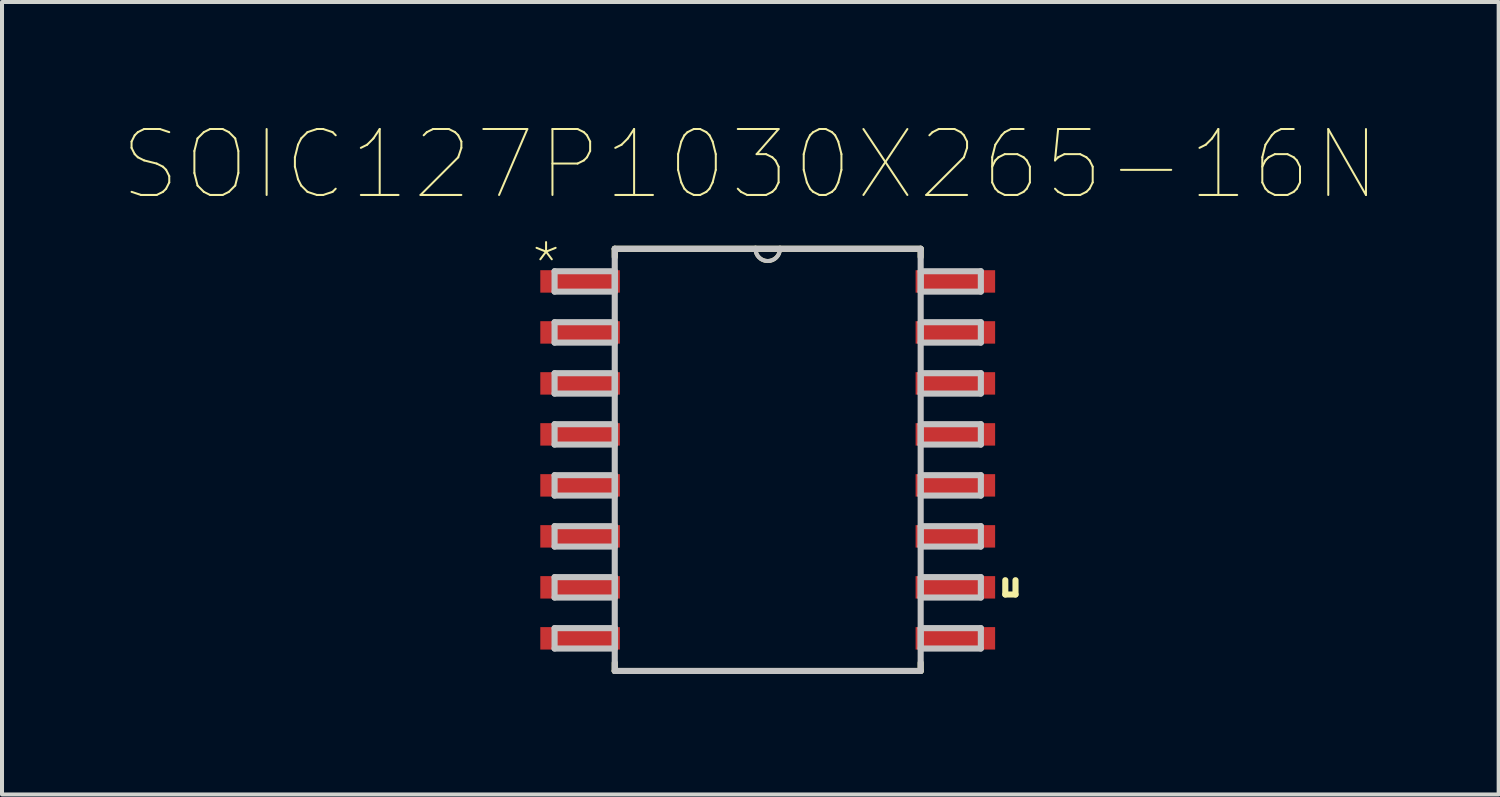
<source format=kicad_pcb>
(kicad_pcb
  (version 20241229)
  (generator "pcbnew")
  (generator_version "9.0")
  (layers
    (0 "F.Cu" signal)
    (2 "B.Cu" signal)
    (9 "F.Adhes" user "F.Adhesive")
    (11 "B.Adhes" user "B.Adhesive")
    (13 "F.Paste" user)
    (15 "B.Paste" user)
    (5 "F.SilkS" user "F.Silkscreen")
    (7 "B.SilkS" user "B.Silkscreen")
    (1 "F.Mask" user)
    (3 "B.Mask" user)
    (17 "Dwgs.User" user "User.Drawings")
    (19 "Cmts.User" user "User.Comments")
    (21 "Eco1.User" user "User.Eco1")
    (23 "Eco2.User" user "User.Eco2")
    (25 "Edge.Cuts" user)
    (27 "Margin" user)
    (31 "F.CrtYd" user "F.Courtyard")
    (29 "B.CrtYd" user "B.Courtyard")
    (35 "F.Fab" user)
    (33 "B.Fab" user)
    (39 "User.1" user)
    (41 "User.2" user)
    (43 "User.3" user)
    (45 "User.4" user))
  (footprint "SOIC127P1030X265-16N"
    (layer "F.Cu")
    (at 16.073 8.405)
    (property "Reference" "SOIC127P1030X265-16N" (at -0.433 -7.356 0) (layer "F.SilkS") (effects (font (size 1.643 1.643) (thickness 0.05))))
    (attr smd)
    (fp_line (start -3.81 -5.258) (end -3.81 -5.055) (stroke (width 0.152) (type solid)) (layer "F.SilkS"))
    (fp_line (start -3.81 5.055) (end -3.81 5.258) (stroke (width 0.152) (type solid)) (layer "F.SilkS"))
    (fp_line (start -3.81 5.258) (end 3.81 5.258) (stroke (width 0.152) (type solid)) (layer "F.SilkS"))
    (fp_line (start -0.305 -5.258) (end -3.81 -5.258) (stroke (width 0.152) (type solid)) (layer "F.SilkS"))
    (fp_line (start 0.305 -5.258) (end -0.305 -5.258) (stroke (width 0.152) (type solid)) (layer "F.SilkS"))
    (fp_line (start 3.81 -5.258) (end 0.305 -5.258) (stroke (width 0.152) (type solid)) (layer "F.SilkS"))
    (fp_line (start 3.81 -5.055) (end 3.81 -5.258) (stroke (width 0.152) (type solid)) (layer "F.SilkS"))
    (fp_line (start 3.81 5.258) (end 3.81 5.055) (stroke (width 0.152) (type solid)) (layer "F.SilkS"))
    (fp_line (start 5.918 3.353) (end 5.918 2.997) (stroke (width 0.152) (type solid)) (layer "F.SilkS"))
    (fp_line (start 6.172 2.997) (end 6.172 3.353) (stroke (width 0.152) (type solid)) (layer "F.SilkS"))
    (fp_line (start 6.172 3.353) (end 5.918 3.353) (stroke (width 0.152) (type solid)) (layer "F.SilkS"))
    (fp_arc (start 0.3048 -5.2578) (mid 0 -4.953) (end -0.3048 -5.2578) (stroke (width 0.1) (type solid)) (layer "F.SilkS"))
    (fp_line (start -5.309 -4.699) (end -5.309 -4.191) (stroke (width 0.152) (type solid)) (layer "Dwgs.User"))
    (fp_line (start -5.309 -4.191) (end -3.81 -4.191) (stroke (width 0.152) (type solid)) (layer "Dwgs.User"))
    (fp_line (start -5.309 -3.429) (end -5.309 -2.921) (stroke (width 0.152) (type solid)) (layer "Dwgs.User"))
    (fp_line (start -5.309 -2.921) (end -3.81 -2.921) (stroke (width 0.152) (type solid)) (layer "Dwgs.User"))
    (fp_line (start -5.309 -2.159) (end -5.309 -1.651) (stroke (width 0.152) (type solid)) (layer "Dwgs.User"))
    (fp_line (start -5.309 -1.651) (end -3.81 -1.651) (stroke (width 0.152) (type solid)) (layer "Dwgs.User"))
    (fp_line (start -5.309 -0.889) (end -5.309 -0.381) (stroke (width 0.152) (type solid)) (layer "Dwgs.User"))
    (fp_line (start -5.309 -0.381) (end -3.81 -0.381) (stroke (width 0.152) (type solid)) (layer "Dwgs.User"))
    (fp_line (start -5.309 0.381) (end -5.309 0.889) (stroke (width 0.152) (type solid)) (layer "Dwgs.User"))
    (fp_line (start -5.309 0.889) (end -3.81 0.889) (stroke (width 0.152) (type solid)) (layer "Dwgs.User"))
    (fp_line (start -5.309 1.651) (end -5.309 2.159) (stroke (width 0.152) (type solid)) (layer "Dwgs.User"))
    (fp_line (start -5.309 2.159) (end -3.81 2.159) (stroke (width 0.152) (type solid)) (layer "Dwgs.User"))
    (fp_line (start -5.309 2.921) (end -5.309 3.429) (stroke (width 0.152) (type solid)) (layer "Dwgs.User"))
    (fp_line (start -5.309 3.429) (end -3.81 3.429) (stroke (width 0.152) (type solid)) (layer "Dwgs.User"))
    (fp_line (start -5.309 4.191) (end -5.309 4.699) (stroke (width 0.152) (type solid)) (layer "Dwgs.User"))
    (fp_line (start -5.309 4.699) (end -3.81 4.699) (stroke (width 0.152) (type solid)) (layer "Dwgs.User"))
    (fp_line (start -3.81 -5.258) (end -3.81 5.258) (stroke (width 0.152) (type solid)) (layer "Dwgs.User"))
    (fp_line (start -3.81 -4.699) (end -5.309 -4.699) (stroke (width 0.152) (type solid)) (layer "Dwgs.User"))
    (fp_line (start -3.81 -4.191) (end -3.81 -4.699) (stroke (width 0.152) (type solid)) (layer "Dwgs.User"))
    (fp_line (start -3.81 -3.429) (end -5.309 -3.429) (stroke (width 0.152) (type solid)) (layer "Dwgs.User"))
    (fp_line (start -3.81 -2.921) (end -3.81 -3.429) (stroke (width 0.152) (type solid)) (layer "Dwgs.User"))
    (fp_line (start -3.81 -2.159) (end -5.309 -2.159) (stroke (width 0.152) (type solid)) (layer "Dwgs.User"))
    (fp_line (start -3.81 -1.651) (end -3.81 -2.159) (stroke (width 0.152) (type solid)) (layer "Dwgs.User"))
    (fp_line (start -3.81 -0.889) (end -5.309 -0.889) (stroke (width 0.152) (type solid)) (layer "Dwgs.User"))
    (fp_line (start -3.81 -0.381) (end -3.81 -0.889) (stroke (width 0.152) (type solid)) (layer "Dwgs.User"))
    (fp_line (start -3.81 0.381) (end -5.309 0.381) (stroke (width 0.152) (type solid)) (layer "Dwgs.User"))
    (fp_line (start -3.81 0.889) (end -3.81 0.381) (stroke (width 0.152) (type solid)) (layer "Dwgs.User"))
    (fp_line (start -3.81 1.651) (end -5.309 1.651) (stroke (width 0.152) (type solid)) (layer "Dwgs.User"))
    (fp_line (start -3.81 2.159) (end -3.81 1.651) (stroke (width 0.152) (type solid)) (layer "Dwgs.User"))
    (fp_line (start -3.81 2.921) (end -5.309 2.921) (stroke (width 0.152) (type solid)) (layer "Dwgs.User"))
    (fp_line (start -3.81 3.429) (end -3.81 2.921) (stroke (width 0.152) (type solid)) (layer "Dwgs.User"))
    (fp_line (start -3.81 4.191) (end -5.309 4.191) (stroke (width 0.152) (type solid)) (layer "Dwgs.User"))
    (fp_line (start -3.81 4.699) (end -3.81 4.191) (stroke (width 0.152) (type solid)) (layer "Dwgs.User"))
    (fp_line (start -3.81 5.258) (end 3.81 5.258) (stroke (width 0.152) (type solid)) (layer "Dwgs.User"))
    (fp_line (start -0.305 -5.258) (end -3.81 -5.258) (stroke (width 0.152) (type solid)) (layer "Dwgs.User"))
    (fp_line (start 0.305 -5.258) (end -0.305 -5.258) (stroke (width 0.152) (type solid)) (layer "Dwgs.User"))
    (fp_line (start 3.81 -5.258) (end 0.305 -5.258) (stroke (width 0.152) (type solid)) (layer "Dwgs.User"))
    (fp_line (start 3.81 -4.699) (end 3.81 -4.191) (stroke (width 0.152) (type solid)) (layer "Dwgs.User"))
    (fp_line (start 3.81 -4.191) (end 5.309 -4.191) (stroke (width 0.152) (type solid)) (layer "Dwgs.User"))
    (fp_line (start 3.81 -3.429) (end 3.81 -2.921) (stroke (width 0.152) (type solid)) (layer "Dwgs.User"))
    (fp_line (start 3.81 -2.921) (end 5.309 -2.921) (stroke (width 0.152) (type solid)) (layer "Dwgs.User"))
    (fp_line (start 3.81 -2.159) (end 3.81 -1.651) (stroke (width 0.152) (type solid)) (layer "Dwgs.User"))
    (fp_line (start 3.81 -1.651) (end 5.309 -1.651) (stroke (width 0.152) (type solid)) (layer "Dwgs.User"))
    (fp_line (start 3.81 -0.889) (end 3.81 -0.381) (stroke (width 0.152) (type solid)) (layer "Dwgs.User"))
    (fp_line (start 3.81 -0.381) (end 5.309 -0.381) (stroke (width 0.152) (type solid)) (layer "Dwgs.User"))
    (fp_line (start 3.81 0.381) (end 3.81 0.889) (stroke (width 0.152) (type solid)) (layer "Dwgs.User"))
    (fp_line (start 3.81 0.889) (end 5.309 0.889) (stroke (width 0.152) (type solid)) (layer "Dwgs.User"))
    (fp_line (start 3.81 1.651) (end 3.81 2.159) (stroke (width 0.152) (type solid)) (layer "Dwgs.User"))
    (fp_line (start 3.81 2.159) (end 5.309 2.159) (stroke (width 0.152) (type solid)) (layer "Dwgs.User"))
    (fp_line (start 3.81 2.921) (end 3.81 3.429) (stroke (width 0.152) (type solid)) (layer "Dwgs.User"))
    (fp_line (start 3.81 3.429) (end 5.309 3.429) (stroke (width 0.152) (type solid)) (layer "Dwgs.User"))
    (fp_line (start 3.81 4.191) (end 3.81 4.699) (stroke (width 0.152) (type solid)) (layer "Dwgs.User"))
    (fp_line (start 3.81 4.699) (end 5.309 4.699) (stroke (width 0.152) (type solid)) (layer "Dwgs.User"))
    (fp_line (start 3.81 5.258) (end 3.81 -5.258) (stroke (width 0.152) (type solid)) (layer "Dwgs.User"))
    (fp_line (start 5.309 -4.699) (end 3.81 -4.699) (stroke (width 0.152) (type solid)) (layer "Dwgs.User"))
    (fp_line (start 5.309 -4.191) (end 5.309 -4.699) (stroke (width 0.152) (type solid)) (layer "Dwgs.User"))
    (fp_line (start 5.309 -3.429) (end 3.81 -3.429) (stroke (width 0.152) (type solid)) (layer "Dwgs.User"))
    (fp_line (start 5.309 -2.921) (end 5.309 -3.429) (stroke (width 0.152) (type solid)) (layer "Dwgs.User"))
    (fp_line (start 5.309 -2.159) (end 3.81 -2.159) (stroke (width 0.152) (type solid)) (layer "Dwgs.User"))
    (fp_line (start 5.309 -1.651) (end 5.309 -2.159) (stroke (width 0.152) (type solid)) (layer "Dwgs.User"))
    (fp_line (start 5.309 -0.889) (end 3.81 -0.889) (stroke (width 0.152) (type solid)) (layer "Dwgs.User"))
    (fp_line (start 5.309 -0.381) (end 5.309 -0.889) (stroke (width 0.152) (type solid)) (layer "Dwgs.User"))
    (fp_line (start 5.309 0.381) (end 3.81 0.381) (stroke (width 0.152) (type solid)) (layer "Dwgs.User"))
    (fp_line (start 5.309 0.889) (end 5.309 0.381) (stroke (width 0.152) (type solid)) (layer "Dwgs.User"))
    (fp_line (start 5.309 1.651) (end 3.81 1.651) (stroke (width 0.152) (type solid)) (layer "Dwgs.User"))
    (fp_line (start 5.309 2.159) (end 5.309 1.651) (stroke (width 0.152) (type solid)) (layer "Dwgs.User"))
    (fp_line (start 5.309 2.921) (end 3.81 2.921) (stroke (width 0.152) (type solid)) (layer "Dwgs.User"))
    (fp_line (start 5.309 3.429) (end 5.309 2.921) (stroke (width 0.152) (type solid)) (layer "Dwgs.User"))
    (fp_line (start 5.309 4.191) (end 3.81 4.191) (stroke (width 0.152) (type solid)) (layer "Dwgs.User"))
    (fp_line (start 5.309 4.699) (end 5.309 4.191) (stroke (width 0.152) (type solid)) (layer "Dwgs.User"))
    (fp_arc (start 0.3048 -5.2578) (mid 0 -4.953) (end -0.3048 -5.2578) (stroke (width 0.1) (type solid)) (layer "Dwgs.User"))
    (fp_text user "*" (at -5.521 -4.885 0) (layer "F.SilkS") (effects (font (size 1 1) (thickness 0.05))))
    (fp_text user "*" (at -5.519 -4.883 0) (layer "Edge.Cuts") (effects (font (size 1 1) (thickness 0.05))))
    (pad "1" smd rect (at -4.674 -4.445) (size 1.981 0.559) (layers "F.Cu" "F.Mask" "F.Paste"))
    (pad "2" smd rect (at -4.674 -3.175) (size 1.981 0.559) (layers "F.Cu" "F.Mask" "F.Paste"))
    (pad "3" smd rect (at -4.674 -1.905) (size 1.981 0.559) (layers "F.Cu" "F.Mask" "F.Paste"))
    (pad "4" smd rect (at -4.674 -0.635) (size 1.981 0.559) (layers "F.Cu" "F.Mask" "F.Paste"))
    (pad "5" smd rect (at -4.674 0.635) (size 1.981 0.559) (layers "F.Cu" "F.Mask" "F.Paste"))
    (pad "6" smd rect (at -4.674 1.905) (size 1.981 0.559) (layers "F.Cu" "F.Mask" "F.Paste"))
    (pad "7" smd rect (at -4.674 3.175) (size 1.981 0.559) (layers "F.Cu" "F.Mask" "F.Paste"))
    (pad "8" smd rect (at -4.674 4.445) (size 1.981 0.559) (layers "F.Cu" "F.Mask" "F.Paste"))
    (pad "9" smd rect (at 4.674 4.445) (size 1.981 0.559) (layers "F.Cu" "F.Mask" "F.Paste"))
    (pad "10" smd rect (at 4.674 3.175) (size 1.981 0.559) (layers "F.Cu" "F.Mask" "F.Paste"))
    (pad "11" smd rect (at 4.674 1.905) (size 1.981 0.559) (layers "F.Cu" "F.Mask" "F.Paste"))
    (pad "12" smd rect (at 4.674 0.635) (size 1.981 0.559) (layers "F.Cu" "F.Mask" "F.Paste"))
    (pad "13" smd rect (at 4.674 -0.635) (size 1.981 0.559) (layers "F.Cu" "F.Mask" "F.Paste"))
    (pad "14" smd rect (at 4.674 -1.905) (size 1.981 0.559) (layers "F.Cu" "F.Mask" "F.Paste"))
    (pad "15" smd rect (at 4.674 -3.175) (size 1.981 0.559) (layers "F.Cu" "F.Mask" "F.Paste"))
    (pad "16" smd rect (at 4.674 -4.445) (size 1.981 0.559) (layers "F.Cu" "F.Mask" "F.Paste")))
  (gr_rect
    (start -3 -3)
    (end 34.28 16.739)
    (stroke (width 0.1) (type default))
    (fill no)
    (layer "Edge.Cuts")))
</source>
